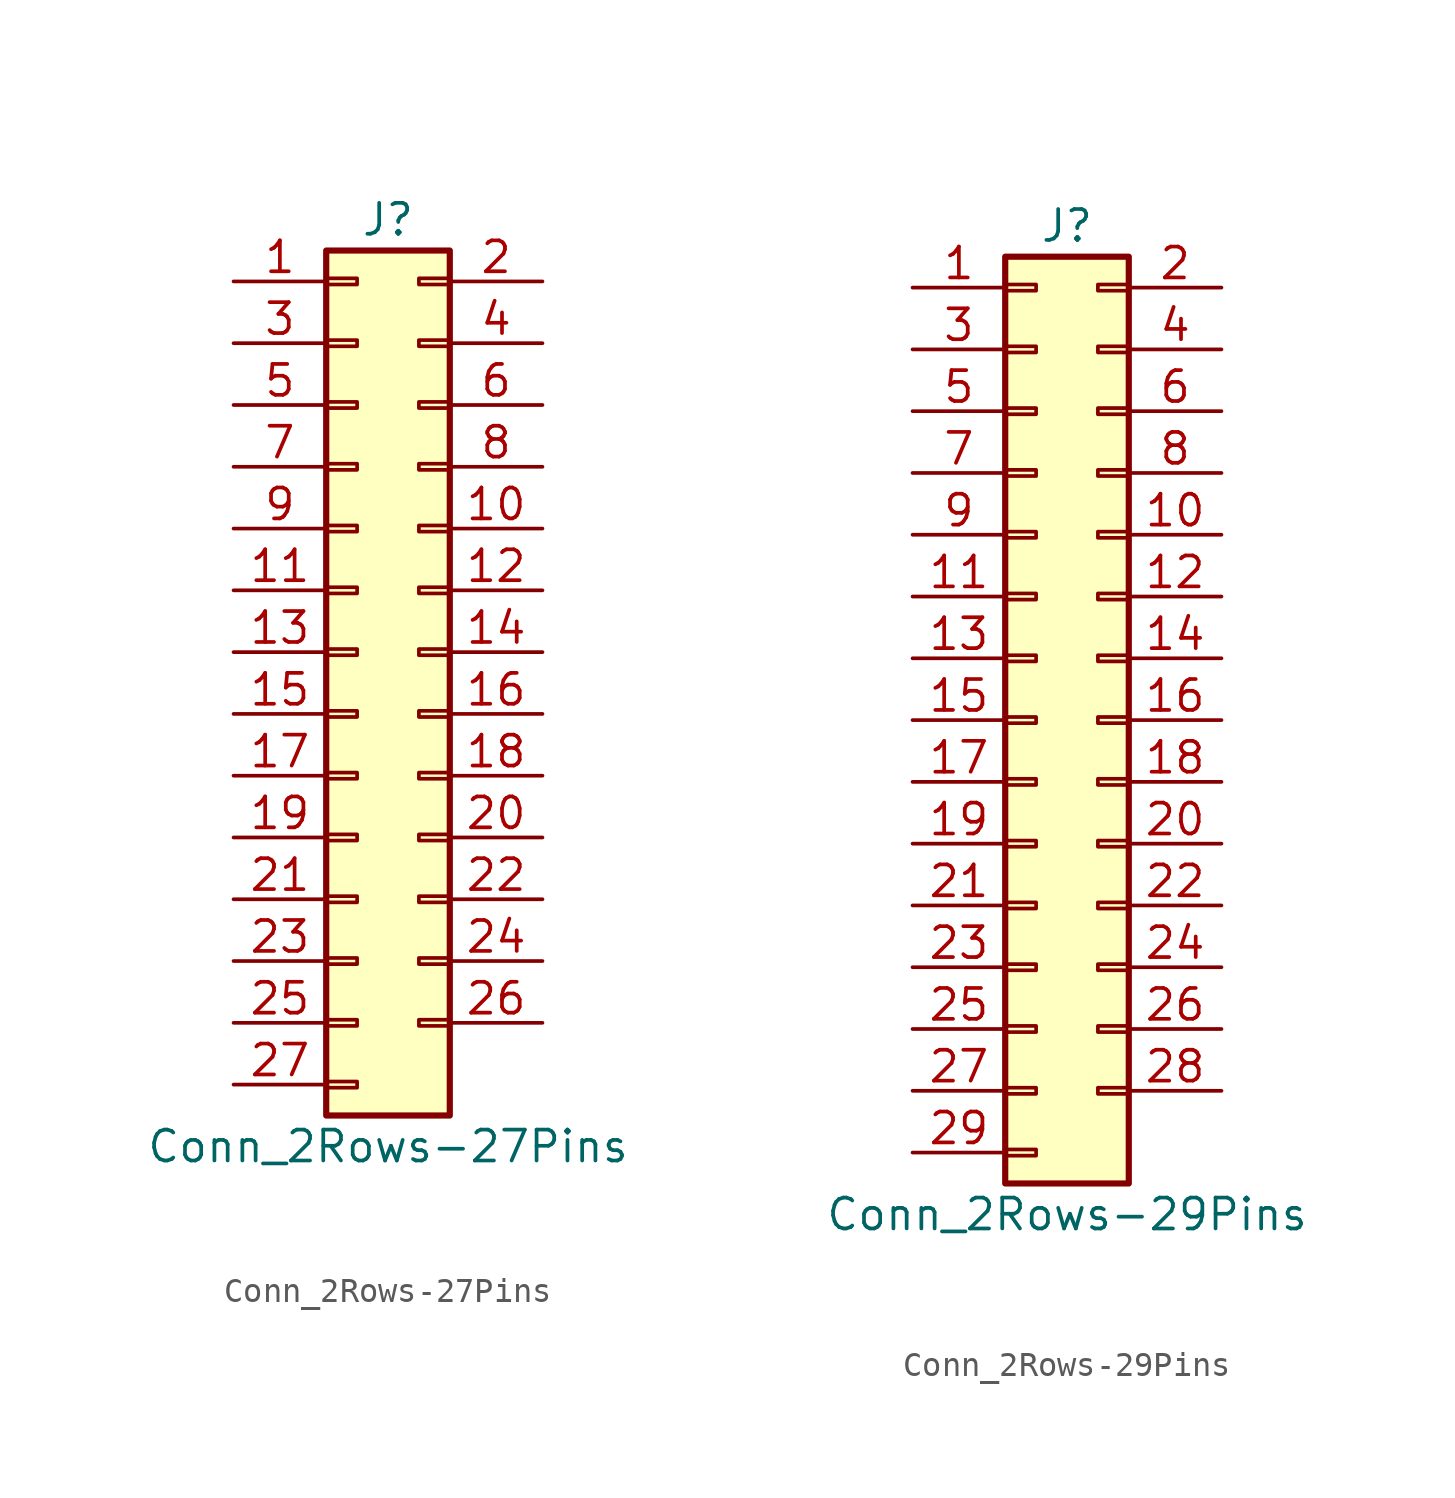
<source format=kicad_sym>
(kicad_symbol_lib
  (version 20200908)
  (generator kicad_symbol_editor)
  (symbol "Connector_Generic:Conn_2Rows-27Pins"
    (pin_names
      (offset 1.016) hide)
    (property "Reference" "J"
      (at 1.27 17.78 0)
      (effects (font (size 1.27 1.27))))
    (property "Value" "Conn_2Rows-27Pins"
      (at 1.27 -20.32 0)
      (effects (font (size 1.27 1.27))))
    (symbol "Conn_2Rows-27Pins_1_1"
      (rectangle (start -1.27 -4.953) (end 0 -5.207) (stroke (width 0.152)) (fill (type none)))
      (rectangle (start -1.27 -7.493) (end 0 -7.747) (stroke (width 0.152)) (fill (type none)))
      (rectangle (start -1.27 -10.033) (end 0 -10.287) (stroke (width 0.152)) (fill (type none)))
      (rectangle (start -1.27 -12.573) (end 0 -12.827) (stroke (width 0.152)) (fill (type none)))
      (rectangle (start -1.27 -15.113) (end 0 -15.367) (stroke (width 0.152)) (fill (type none)))
      (rectangle (start -1.27 -17.653) (end 0 -17.907) (stroke (width 0.152)) (fill (type none)))
      (rectangle (start -1.27 -2.413) (end 0 -2.667) (stroke (width 0.152)) (fill (type none)))
      (rectangle (start -1.27 2.667) (end 0 2.413) (stroke (width 0.152)) (fill (type none)))
      (rectangle (start -1.27 5.207) (end 0 4.953) (stroke (width 0.152)) (fill (type none)))
      (rectangle (start -1.27 7.747) (end 0 7.493) (stroke (width 0.152)) (fill (type none)))
      (rectangle (start -1.27 10.287) (end 0 10.033) (stroke (width 0.152)) (fill (type none)))
      (rectangle (start -1.27 0.127) (end 0 -0.127) (stroke (width 0.152)) (fill (type none)))
      (rectangle (start -1.27 12.827) (end 0 12.573) (stroke (width 0.152)) (fill (type none)))
      (rectangle (start -1.27 15.367) (end 0 15.113) (stroke (width 0.152)) (fill (type none)))
      (rectangle (start -1.27 16.51) (end 3.81 -19.05) (stroke (width 0.254)) (fill (type background)))
      (rectangle (start 3.81 -4.953) (end 2.54 -5.207) (stroke (width 0.152)) (fill (type none)))
      (rectangle (start 3.81 -7.493) (end 2.54 -7.747) (stroke (width 0.152)) (fill (type none)))
      (rectangle (start 3.81 -10.033) (end 2.54 -10.287) (stroke (width 0.152)) (fill (type none)))
      (rectangle (start 3.81 -12.573) (end 2.54 -12.827) (stroke (width 0.152)) (fill (type none)))
      (rectangle (start 3.81 -15.113) (end 2.54 -15.367) (stroke (width 0.152)) (fill (type none)))
      (rectangle (start 3.81 -2.413) (end 2.54 -2.667) (stroke (width 0.152)) (fill (type none)))
      (rectangle (start 3.81 2.667) (end 2.54 2.413) (stroke (width 0.152)) (fill (type none)))
      (rectangle (start 3.81 5.207) (end 2.54 4.953) (stroke (width 0.152)) (fill (type none)))
      (rectangle (start 3.81 7.747) (end 2.54 7.493) (stroke (width 0.152)) (fill (type none)))
      (rectangle (start 3.81 10.287) (end 2.54 10.033) (stroke (width 0.152)) (fill (type none)))
      (rectangle (start 3.81 0.127) (end 2.54 -0.127) (stroke (width 0.152)) (fill (type none)))
      (rectangle (start 3.81 12.827) (end 2.54 12.573) (stroke (width 0.152)) (fill (type none)))
      (rectangle (start 3.81 15.367) (end 2.54 15.113) (stroke (width 0.152)) (fill (type none)))
      (pin passive line (at -5.08 15.24 0) (length 3.81) (name "Pin_1" (effects (font (size 1.27 1.27)))) (number "1" (effects (font (size 1.27 1.27)))))
      (pin passive line (at 7.62 5.08 180) (length 3.81) (name "Pin_10" (effects (font (size 1.27 1.27)))) (number "10" (effects (font (size 1.27 1.27)))))
      (pin passive line (at -5.08 2.54 0) (length 3.81) (name "Pin_11" (effects (font (size 1.27 1.27)))) (number "11" (effects (font (size 1.27 1.27)))))
      (pin passive line (at 7.62 2.54 180) (length 3.81) (name "Pin_12" (effects (font (size 1.27 1.27)))) (number "12" (effects (font (size 1.27 1.27)))))
      (pin passive line (at -5.08 0 0) (length 3.81) (name "Pin_13" (effects (font (size 1.27 1.27)))) (number "13" (effects (font (size 1.27 1.27)))))
      (pin passive line (at 7.62 0 180) (length 3.81) (name "Pin_14" (effects (font (size 1.27 1.27)))) (number "14" (effects (font (size 1.27 1.27)))))
      (pin passive line (at -5.08 -2.54 0) (length 3.81) (name "Pin_15" (effects (font (size 1.27 1.27)))) (number "15" (effects (font (size 1.27 1.27)))))
      (pin passive line (at 7.62 -2.54 180) (length 3.81) (name "Pin_16" (effects (font (size 1.27 1.27)))) (number "16" (effects (font (size 1.27 1.27)))))
      (pin passive line (at -5.08 -5.08 0) (length 3.81) (name "Pin_17" (effects (font (size 1.27 1.27)))) (number "17" (effects (font (size 1.27 1.27)))))
      (pin passive line (at 7.62 -5.08 180) (length 3.81) (name "Pin_18" (effects (font (size 1.27 1.27)))) (number "18" (effects (font (size 1.27 1.27)))))
      (pin passive line (at -5.08 -7.62 0) (length 3.81) (name "Pin_19" (effects (font (size 1.27 1.27)))) (number "19" (effects (font (size 1.27 1.27)))))
      (pin passive line (at 7.62 15.24 180) (length 3.81) (name "Pin_2" (effects (font (size 1.27 1.27)))) (number "2" (effects (font (size 1.27 1.27)))))
      (pin passive line (at 7.62 -7.62 180) (length 3.81) (name "Pin_20" (effects (font (size 1.27 1.27)))) (number "20" (effects (font (size 1.27 1.27)))))
      (pin passive line (at -5.08 -10.16 0) (length 3.81) (name "Pin_21" (effects (font (size 1.27 1.27)))) (number "21" (effects (font (size 1.27 1.27)))))
      (pin passive line (at 7.62 -10.16 180) (length 3.81) (name "Pin_22" (effects (font (size 1.27 1.27)))) (number "22" (effects (font (size 1.27 1.27)))))
      (pin passive line (at -5.08 -12.7 0) (length 3.81) (name "Pin_23" (effects (font (size 1.27 1.27)))) (number "23" (effects (font (size 1.27 1.27)))))
      (pin passive line (at 7.62 -12.7 180) (length 3.81) (name "Pin_24" (effects (font (size 1.27 1.27)))) (number "24" (effects (font (size 1.27 1.27)))))
      (pin passive line (at -5.08 -15.24 0) (length 3.81) (name "Pin_25" (effects (font (size 1.27 1.27)))) (number "25" (effects (font (size 1.27 1.27)))))
      (pin passive line (at 7.62 -15.24 180) (length 3.81) (name "Pin_26" (effects (font (size 1.27 1.27)))) (number "26" (effects (font (size 1.27 1.27)))))
      (pin passive line (at -5.08 -17.78 0) (length 3.81) (name "Pin_27" (effects (font (size 1.27 1.27)))) (number "27" (effects (font (size 1.27 1.27)))))
      (pin passive line (at -5.08 12.7 0) (length 3.81) (name "Pin_3" (effects (font (size 1.27 1.27)))) (number "3" (effects (font (size 1.27 1.27)))))
      (pin passive line (at 7.62 12.7 180) (length 3.81) (name "Pin_4" (effects (font (size 1.27 1.27)))) (number "4" (effects (font (size 1.27 1.27)))))
      (pin passive line (at -5.08 10.16 0) (length 3.81) (name "Pin_5" (effects (font (size 1.27 1.27)))) (number "5" (effects (font (size 1.27 1.27)))))
      (pin passive line (at 7.62 10.16 180) (length 3.81) (name "Pin_6" (effects (font (size 1.27 1.27)))) (number "6" (effects (font (size 1.27 1.27)))))
      (pin passive line (at -5.08 7.62 0) (length 3.81) (name "Pin_7" (effects (font (size 1.27 1.27)))) (number "7" (effects (font (size 1.27 1.27)))))
      (pin passive line (at 7.62 7.62 180) (length 3.81) (name "Pin_8" (effects (font (size 1.27 1.27)))) (number "8" (effects (font (size 1.27 1.27)))))
      (pin passive line (at -5.08 5.08 0) (length 3.81) (name "Pin_9" (effects (font (size 1.27 1.27)))) (number "9" (effects (font (size 1.27 1.27)))))))
  (symbol "Connector_Generic:Conn_2Rows-29Pins"
    (pin_names
      (offset 1.016) hide)
    (property "Reference" "J"
      (at 1.27 20.32 0)
      (effects (font (size 1.27 1.27))))
    (property "Value" "Conn_2Rows-29Pins"
      (at 1.27 -20.32 0)
      (effects (font (size 1.27 1.27))))
    (symbol "Conn_2Rows-29Pins_1_1"
      (rectangle (start -1.27 -4.953) (end 0 -5.207) (stroke (width 0.152)) (fill (type none)))
      (rectangle (start -1.27 -7.493) (end 0 -7.747) (stroke (width 0.152)) (fill (type none)))
      (rectangle (start -1.27 -10.033) (end 0 -10.287) (stroke (width 0.152)) (fill (type none)))
      (rectangle (start -1.27 -12.573) (end 0 -12.827) (stroke (width 0.152)) (fill (type none)))
      (rectangle (start -1.27 -15.113) (end 0 -15.367) (stroke (width 0.152)) (fill (type none)))
      (rectangle (start -1.27 -17.653) (end 0 -17.907) (stroke (width 0.152)) (fill (type none)))
      (rectangle (start -1.27 -2.413) (end 0 -2.667) (stroke (width 0.152)) (fill (type none)))
      (rectangle (start -1.27 2.667) (end 0 2.413) (stroke (width 0.152)) (fill (type none)))
      (rectangle (start -1.27 5.207) (end 0 4.953) (stroke (width 0.152)) (fill (type none)))
      (rectangle (start -1.27 7.747) (end 0 7.493) (stroke (width 0.152)) (fill (type none)))
      (rectangle (start -1.27 10.287) (end 0 10.033) (stroke (width 0.152)) (fill (type none)))
      (rectangle (start -1.27 0.127) (end 0 -0.127) (stroke (width 0.152)) (fill (type none)))
      (rectangle (start -1.27 12.827) (end 0 12.573) (stroke (width 0.152)) (fill (type none)))
      (rectangle (start -1.27 15.367) (end 0 15.113) (stroke (width 0.152)) (fill (type none)))
      (rectangle (start -1.27 17.907) (end 0 17.653) (stroke (width 0.152)) (fill (type none)))
      (rectangle (start -1.27 19.05) (end 3.81 -19.05) (stroke (width 0.254)) (fill (type background)))
      (rectangle (start 3.81 -4.953) (end 2.54 -5.207) (stroke (width 0.152)) (fill (type none)))
      (rectangle (start 3.81 -7.493) (end 2.54 -7.747) (stroke (width 0.152)) (fill (type none)))
      (rectangle (start 3.81 -10.033) (end 2.54 -10.287) (stroke (width 0.152)) (fill (type none)))
      (rectangle (start 3.81 -12.573) (end 2.54 -12.827) (stroke (width 0.152)) (fill (type none)))
      (rectangle (start 3.81 -15.113) (end 2.54 -15.367) (stroke (width 0.152)) (fill (type none)))
      (rectangle (start 3.81 -2.413) (end 2.54 -2.667) (stroke (width 0.152)) (fill (type none)))
      (rectangle (start 3.81 2.667) (end 2.54 2.413) (stroke (width 0.152)) (fill (type none)))
      (rectangle (start 3.81 5.207) (end 2.54 4.953) (stroke (width 0.152)) (fill (type none)))
      (rectangle (start 3.81 7.747) (end 2.54 7.493) (stroke (width 0.152)) (fill (type none)))
      (rectangle (start 3.81 10.287) (end 2.54 10.033) (stroke (width 0.152)) (fill (type none)))
      (rectangle (start 3.81 0.127) (end 2.54 -0.127) (stroke (width 0.152)) (fill (type none)))
      (rectangle (start 3.81 12.827) (end 2.54 12.573) (stroke (width 0.152)) (fill (type none)))
      (rectangle (start 3.81 15.367) (end 2.54 15.113) (stroke (width 0.152)) (fill (type none)))
      (rectangle (start 3.81 17.907) (end 2.54 17.653) (stroke (width 0.152)) (fill (type none)))
      (pin passive line (at -5.08 17.78 0) (length 3.81) (name "Pin_1" (effects (font (size 1.27 1.27)))) (number "1" (effects (font (size 1.27 1.27)))))
      (pin passive line (at 7.62 7.62 180) (length 3.81) (name "Pin_10" (effects (font (size 1.27 1.27)))) (number "10" (effects (font (size 1.27 1.27)))))
      (pin passive line (at -5.08 5.08 0) (length 3.81) (name "Pin_11" (effects (font (size 1.27 1.27)))) (number "11" (effects (font (size 1.27 1.27)))))
      (pin passive line (at 7.62 5.08 180) (length 3.81) (name "Pin_12" (effects (font (size 1.27 1.27)))) (number "12" (effects (font (size 1.27 1.27)))))
      (pin passive line (at -5.08 2.54 0) (length 3.81) (name "Pin_13" (effects (font (size 1.27 1.27)))) (number "13" (effects (font (size 1.27 1.27)))))
      (pin passive line (at 7.62 2.54 180) (length 3.81) (name "Pin_14" (effects (font (size 1.27 1.27)))) (number "14" (effects (font (size 1.27 1.27)))))
      (pin passive line (at -5.08 0 0) (length 3.81) (name "Pin_15" (effects (font (size 1.27 1.27)))) (number "15" (effects (font (size 1.27 1.27)))))
      (pin passive line (at 7.62 0 180) (length 3.81) (name "Pin_16" (effects (font (size 1.27 1.27)))) (number "16" (effects (font (size 1.27 1.27)))))
      (pin passive line (at -5.08 -2.54 0) (length 3.81) (name "Pin_17" (effects (font (size 1.27 1.27)))) (number "17" (effects (font (size 1.27 1.27)))))
      (pin passive line (at 7.62 -2.54 180) (length 3.81) (name "Pin_18" (effects (font (size 1.27 1.27)))) (number "18" (effects (font (size 1.27 1.27)))))
      (pin passive line (at -5.08 -5.08 0) (length 3.81) (name "Pin_19" (effects (font (size 1.27 1.27)))) (number "19" (effects (font (size 1.27 1.27)))))
      (pin passive line (at 7.62 17.78 180) (length 3.81) (name "Pin_2" (effects (font (size 1.27 1.27)))) (number "2" (effects (font (size 1.27 1.27)))))
      (pin passive line (at 7.62 -5.08 180) (length 3.81) (name "Pin_20" (effects (font (size 1.27 1.27)))) (number "20" (effects (font (size 1.27 1.27)))))
      (pin passive line (at -5.08 -7.62 0) (length 3.81) (name "Pin_21" (effects (font (size 1.27 1.27)))) (number "21" (effects (font (size 1.27 1.27)))))
      (pin passive line (at 7.62 -7.62 180) (length 3.81) (name "Pin_22" (effects (font (size 1.27 1.27)))) (number "22" (effects (font (size 1.27 1.27)))))
      (pin passive line (at -5.08 -10.16 0) (length 3.81) (name "Pin_23" (effects (font (size 1.27 1.27)))) (number "23" (effects (font (size 1.27 1.27)))))
      (pin passive line (at 7.62 -10.16 180) (length 3.81) (name "Pin_24" (effects (font (size 1.27 1.27)))) (number "24" (effects (font (size 1.27 1.27)))))
      (pin passive line (at -5.08 -12.7 0) (length 3.81) (name "Pin_25" (effects (font (size 1.27 1.27)))) (number "25" (effects (font (size 1.27 1.27)))))
      (pin passive line (at 7.62 -12.7 180) (length 3.81) (name "Pin_26" (effects (font (size 1.27 1.27)))) (number "26" (effects (font (size 1.27 1.27)))))
      (pin passive line (at -5.08 -15.24 0) (length 3.81) (name "Pin_27" (effects (font (size 1.27 1.27)))) (number "27" (effects (font (size 1.27 1.27)))))
      (pin passive line (at 7.62 -15.24 180) (length 3.81) (name "Pin_28" (effects (font (size 1.27 1.27)))) (number "28" (effects (font (size 1.27 1.27)))))
      (pin passive line (at -5.08 -17.78 0) (length 3.81) (name "Pin_29" (effects (font (size 1.27 1.27)))) (number "29" (effects (font (size 1.27 1.27)))))
      (pin passive line (at -5.08 15.24 0) (length 3.81) (name "Pin_3" (effects (font (size 1.27 1.27)))) (number "3" (effects (font (size 1.27 1.27)))))
      (pin passive line (at 7.62 15.24 180) (length 3.81) (name "Pin_4" (effects (font (size 1.27 1.27)))) (number "4" (effects (font (size 1.27 1.27)))))
      (pin passive line (at -5.08 12.7 0) (length 3.81) (name "Pin_5" (effects (font (size 1.27 1.27)))) (number "5" (effects (font (size 1.27 1.27)))))
      (pin passive line (at 7.62 12.7 180) (length 3.81) (name "Pin_6" (effects (font (size 1.27 1.27)))) (number "6" (effects (font (size 1.27 1.27)))))
      (pin passive line (at -5.08 10.16 0) (length 3.81) (name "Pin_7" (effects (font (size 1.27 1.27)))) (number "7" (effects (font (size 1.27 1.27)))))
      (pin passive line (at 7.62 10.16 180) (length 3.81) (name "Pin_8" (effects (font (size 1.27 1.27)))) (number "8" (effects (font (size 1.27 1.27)))))
      (pin passive line (at -5.08 7.62 0) (length 3.81) (name "Pin_9" (effects (font (size 1.27 1.27)))) (number "9" (effects (font (size 1.27 1.27))))))))
</source>
